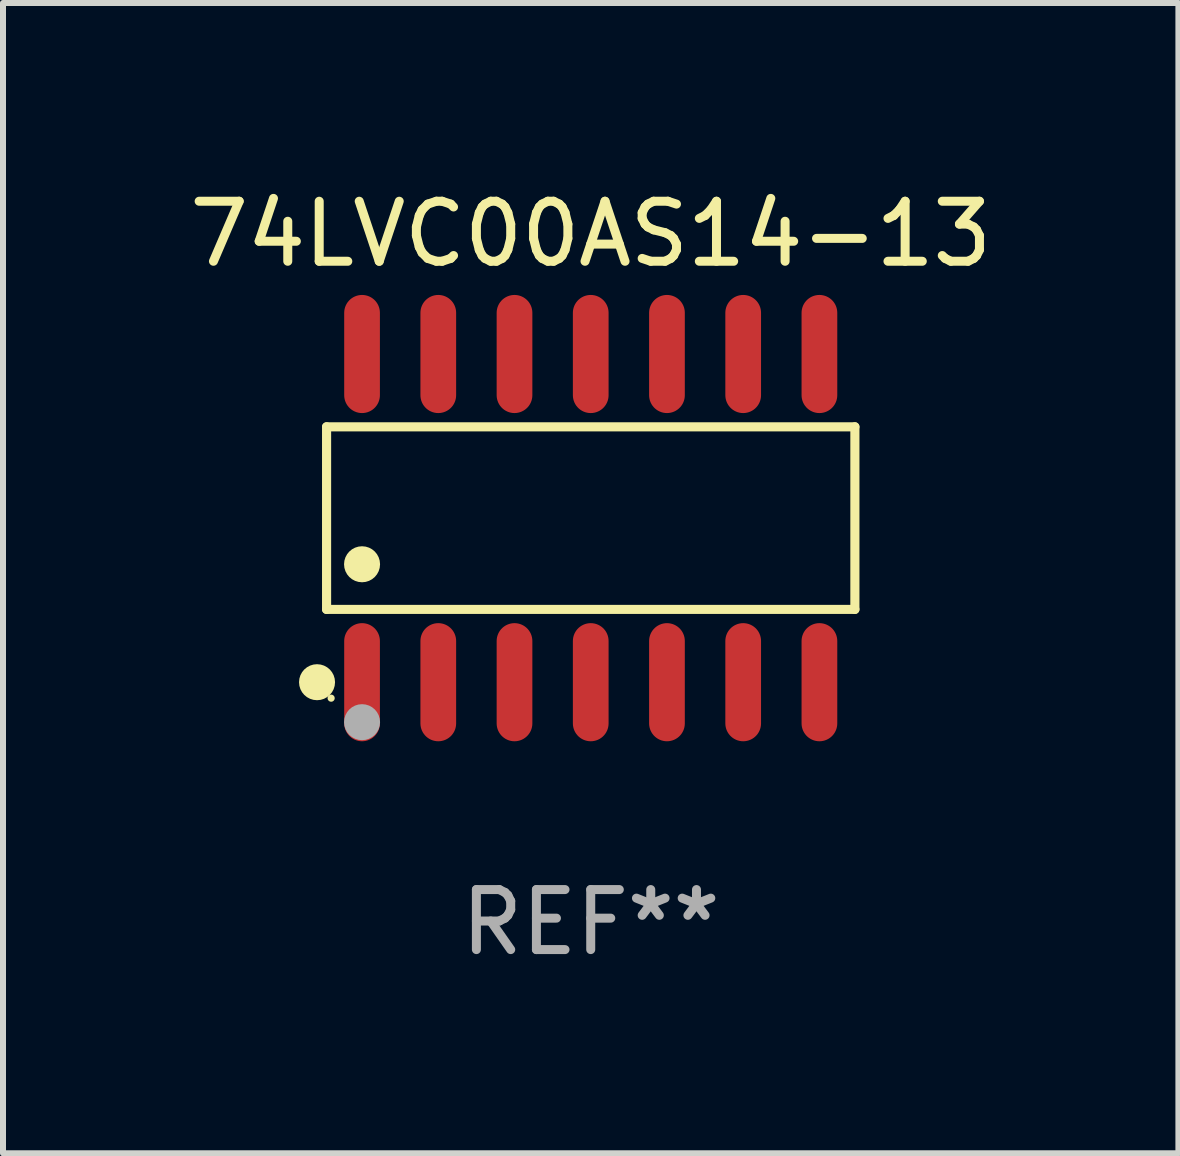
<source format=kicad_pcb>
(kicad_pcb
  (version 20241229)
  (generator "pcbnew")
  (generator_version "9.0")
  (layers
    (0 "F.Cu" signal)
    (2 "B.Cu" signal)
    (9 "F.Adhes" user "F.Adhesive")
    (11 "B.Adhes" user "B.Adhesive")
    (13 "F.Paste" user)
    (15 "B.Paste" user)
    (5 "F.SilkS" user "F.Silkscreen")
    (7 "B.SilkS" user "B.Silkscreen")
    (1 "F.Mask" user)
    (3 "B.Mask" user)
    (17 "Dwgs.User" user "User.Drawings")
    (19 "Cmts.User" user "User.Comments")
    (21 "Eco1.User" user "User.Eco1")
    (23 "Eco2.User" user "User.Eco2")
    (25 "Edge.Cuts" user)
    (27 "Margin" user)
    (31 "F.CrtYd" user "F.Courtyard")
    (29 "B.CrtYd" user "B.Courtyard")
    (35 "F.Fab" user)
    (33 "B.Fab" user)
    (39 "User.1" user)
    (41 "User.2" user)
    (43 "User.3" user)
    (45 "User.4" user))
  (footprint "74LVC00AS14-13"
    (layer "F.Cu")
    (at 6.792 5.582)
    (property "Reference" "74LVC00AS14-13" (at 0 -4.734 0) (layer "F.SilkS") (effects (font (size 1 1) (thickness 0.15))))
    (attr through_hole)
    (fp_line (start -4.401 -1.521) (end 4.401 -1.521) (stroke (width 0.152) (type solid)) (layer "F.SilkS"))
    (fp_line (start -4.401 1.521) (end -4.401 -1.521) (stroke (width 0.152) (type solid)) (layer "F.SilkS"))
    (fp_line (start 4.401 -1.521) (end 4.401 1.521) (stroke (width 0.152) (type solid)) (layer "F.SilkS"))
    (fp_line (start 4.401 1.521) (end -4.401 1.521) (stroke (width 0.152) (type solid)) (layer "F.SilkS"))
    (fp_circle (center -4.56 2.734) (end -4.41 2.734) (stroke (width 0.3) (type solid)) (fill no) (layer "F.SilkS"))
    (fp_circle (center -4.325 3) (end -4.295 3) (stroke (width 0.06) (type solid)) (fill no) (layer "F.SilkS"))
    (fp_circle (center -3.81 0.769) (end -3.66 0.769) (stroke (width 0.3) (type solid)) (fill no) (layer "F.SilkS"))
    (fp_circle (center -3.81 3.4) (end -3.66 3.4) (stroke (width 0.3) (type solid)) (fill no) (layer "F.Fab"))
    (fp_text user "REF**" (at 0 6.734 0) (layer "F.Fab") (effects (font (size 1 1) (thickness 0.15))))
    (pad "1" smd oval (at -3.81 2.734) (size 0.595 1.968) (layers "F.Cu" "F.Mask" "F.Paste"))
    (pad "2" smd oval (at -2.54 2.734) (size 0.595 1.968) (layers "F.Cu" "F.Mask" "F.Paste"))
    (pad "3" smd oval (at -1.27 2.734) (size 0.595 1.968) (layers "F.Cu" "F.Mask" "F.Paste"))
    (pad "4" smd oval (at 0 2.734) (size 0.595 1.968) (layers "F.Cu" "F.Mask" "F.Paste"))
    (pad "5" smd oval (at 1.27 2.734) (size 0.595 1.968) (layers "F.Cu" "F.Mask" "F.Paste"))
    (pad "6" smd oval (at 2.54 2.734) (size 0.595 1.968) (layers "F.Cu" "F.Mask" "F.Paste"))
    (pad "7" smd oval (at 3.81 2.734) (size 0.595 1.968) (layers "F.Cu" "F.Mask" "F.Paste"))
    (pad "8" smd oval (at 3.81 -2.734) (size 0.595 1.968) (layers "F.Cu" "F.Mask" "F.Paste"))
    (pad "9" smd oval (at 2.54 -2.734) (size 0.595 1.968) (layers "F.Cu" "F.Mask" "F.Paste"))
    (pad "10" smd oval (at 1.27 -2.734) (size 0.595 1.968) (layers "F.Cu" "F.Mask" "F.Paste"))
    (pad "11" smd oval (at 0 -2.734) (size 0.595 1.968) (layers "F.Cu" "F.Mask" "F.Paste"))
    (pad "12" smd oval (at -1.27 -2.734) (size 0.595 1.968) (layers "F.Cu" "F.Mask" "F.Paste"))
    (pad "13" smd oval (at -2.54 -2.734) (size 0.595 1.968) (layers "F.Cu" "F.Mask" "F.Paste"))
    (pad "14" smd oval (at -3.81 -2.734) (size 0.595 1.968) (layers "F.Cu" "F.Mask" "F.Paste")))
  (gr_rect
    (start -3 -3)
    (end 16.583 16.164)
    (stroke (width 0.1) (type default))
    (fill no)
    (layer "Edge.Cuts")))
</source>
